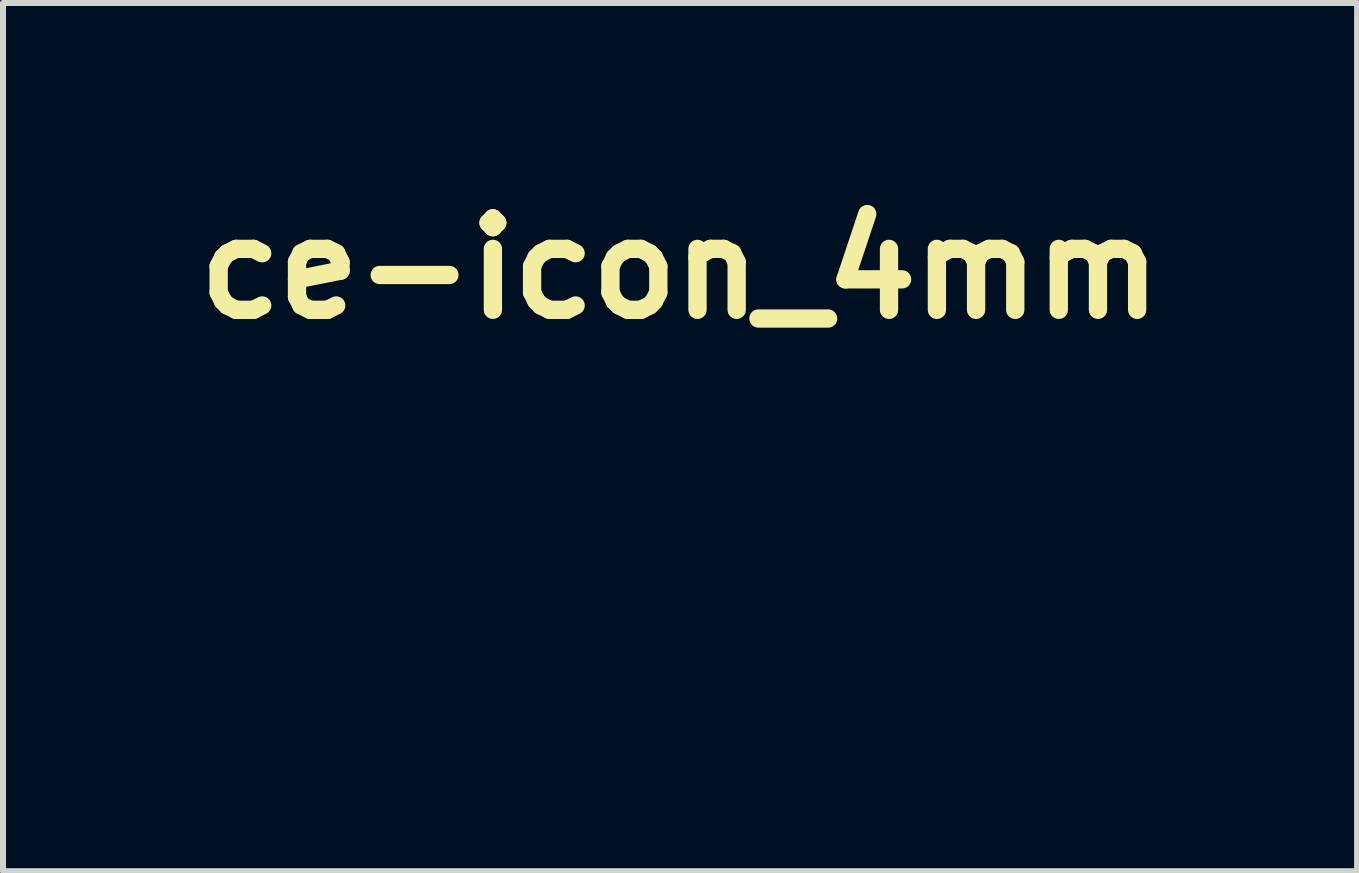
<source format=kicad_pcb>
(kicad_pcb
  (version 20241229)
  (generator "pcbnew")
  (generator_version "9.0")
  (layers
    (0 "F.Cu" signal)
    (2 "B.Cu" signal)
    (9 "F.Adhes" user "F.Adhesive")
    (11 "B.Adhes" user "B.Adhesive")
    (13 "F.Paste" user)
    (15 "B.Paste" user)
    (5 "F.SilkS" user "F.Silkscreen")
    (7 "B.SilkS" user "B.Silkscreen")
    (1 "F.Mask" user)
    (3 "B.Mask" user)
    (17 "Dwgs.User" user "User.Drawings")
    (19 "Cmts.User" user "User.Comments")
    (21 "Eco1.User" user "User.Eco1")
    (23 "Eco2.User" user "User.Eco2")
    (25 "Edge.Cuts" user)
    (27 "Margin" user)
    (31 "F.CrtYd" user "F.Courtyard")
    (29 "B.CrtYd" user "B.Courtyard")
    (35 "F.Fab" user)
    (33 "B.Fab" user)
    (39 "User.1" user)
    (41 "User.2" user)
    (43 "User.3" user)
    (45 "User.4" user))
  (footprint "ce-icon_4mm"
    (layer "F.Cu")
    (at 8.288 4.474)
    (property "Reference" "ce-icon_4mm" (at 0 -3.048 0) (layer "F.SilkS") (effects (font (size 1.524 1.524) (thickness 0.305))))
    (attr exclude_from_pos_files exclude_from_bom)
    (fp_poly (pts (xy 5.6 3.99) (xy 5.4 4) (xy 5.167 3.987) (xy 4.941 3.947) (xy 4.725 3.883) (xy 4.52 3.797) (xy 4.328 3.689) (xy 4.149 3.561) (xy 3.986 3.414) (xy 3.839 3.251) (xy 3.711 3.072) (xy 3.603 2.88) (xy 3.517 2.675) (xy 3.453 2.459) (xy 3.413 2.233) (xy 3.4 2) (xy 3.413 1.767) (xy 3.453 1.541) (xy 3.517 1.325) (xy 3.603 1.12) (xy 3.711 0.928) (xy 3.839 0.749) (xy 3.986 0.586) (xy 4.149 0.439) (xy 4.328 0.311) (xy 4.52 0.203) (xy 4.725 0.117) (xy 4.941 0.053) (xy 5.167 0.013) (xy 5.4 0) (xy 5.6 0.01) (xy 5.6 0.61) (xy 5.4 0.6) (xy 5.158 0.621) (xy 4.929 0.681) (xy 4.715 0.779) (xy 4.522 0.909) (xy 4.354 1.07) (xy 4.213 1.257) (xy 4.105 1.468) (xy 4.032 1.7) (xy 5.2 1.7) (xy 5.2 2.3) (xy 4.032 2.3) (xy 4.105 2.532) (xy 4.213 2.743) (xy 4.354 2.93) (xy 4.522 3.091) (xy 4.715 3.221) (xy 4.929 3.319) (xy 5.158 3.379) (xy 5.4 3.4) (xy 5.6 3.39) (xy 5.6 3.99)) (stroke (width 0) (type solid)) (fill yes) (layer "F.Mask"))
    (fp_poly (pts (xy 2.2 3.99) (xy 2 4) (xy 1.767 3.987) (xy 1.541 3.947) (xy 1.325 3.883) (xy 1.12 3.797) (xy 0.928 3.689) (xy 0.749 3.561) (xy 0.586 3.414) (xy 0.439 3.251) (xy 0.311 3.072) (xy 0.203 2.88) (xy 0.117 2.675) (xy 0.053 2.459) (xy 0.013 2.233) (xy 0 2) (xy 0.013 1.767) (xy 0.053 1.541) (xy 0.117 1.325) (xy 0.203 1.12) (xy 0.311 0.928) (xy 0.439 0.749) (xy 0.586 0.586) (xy 0.749 0.439) (xy 0.928 0.311) (xy 1.12 0.203) (xy 1.325 0.117) (xy 1.541 0.053) (xy 1.767 0.013) (xy 2 0) (xy 2.2 0.01) (xy 2.2 0.61) (xy 2 0.6) (xy 1.773 0.618) (xy 1.557 0.671) (xy 1.357 0.756) (xy 1.173 0.87) (xy 1.01 1.01) (xy 0.87 1.173) (xy 0.756 1.357) (xy 0.671 1.557) (xy 0.618 1.773) (xy 0.6 2) (xy 0.618 2.227) (xy 0.671 2.443) (xy 0.756 2.643) (xy 0.87 2.827) (xy 1.01 2.99) (xy 1.173 3.13) (xy 1.357 3.244) (xy 1.557 3.329) (xy 1.773 3.382) (xy 2 3.4) (xy 2.2 3.39) (xy 2.2 3.99)) (stroke (width 0) (type solid)) (fill yes) (layer "F.Mask")))
  (gr_rect
    (start -3 -3)
    (end 19.575 11.474)
    (stroke (width 0.1) (type default))
    (fill no)
    (layer "Edge.Cuts")))
</source>
